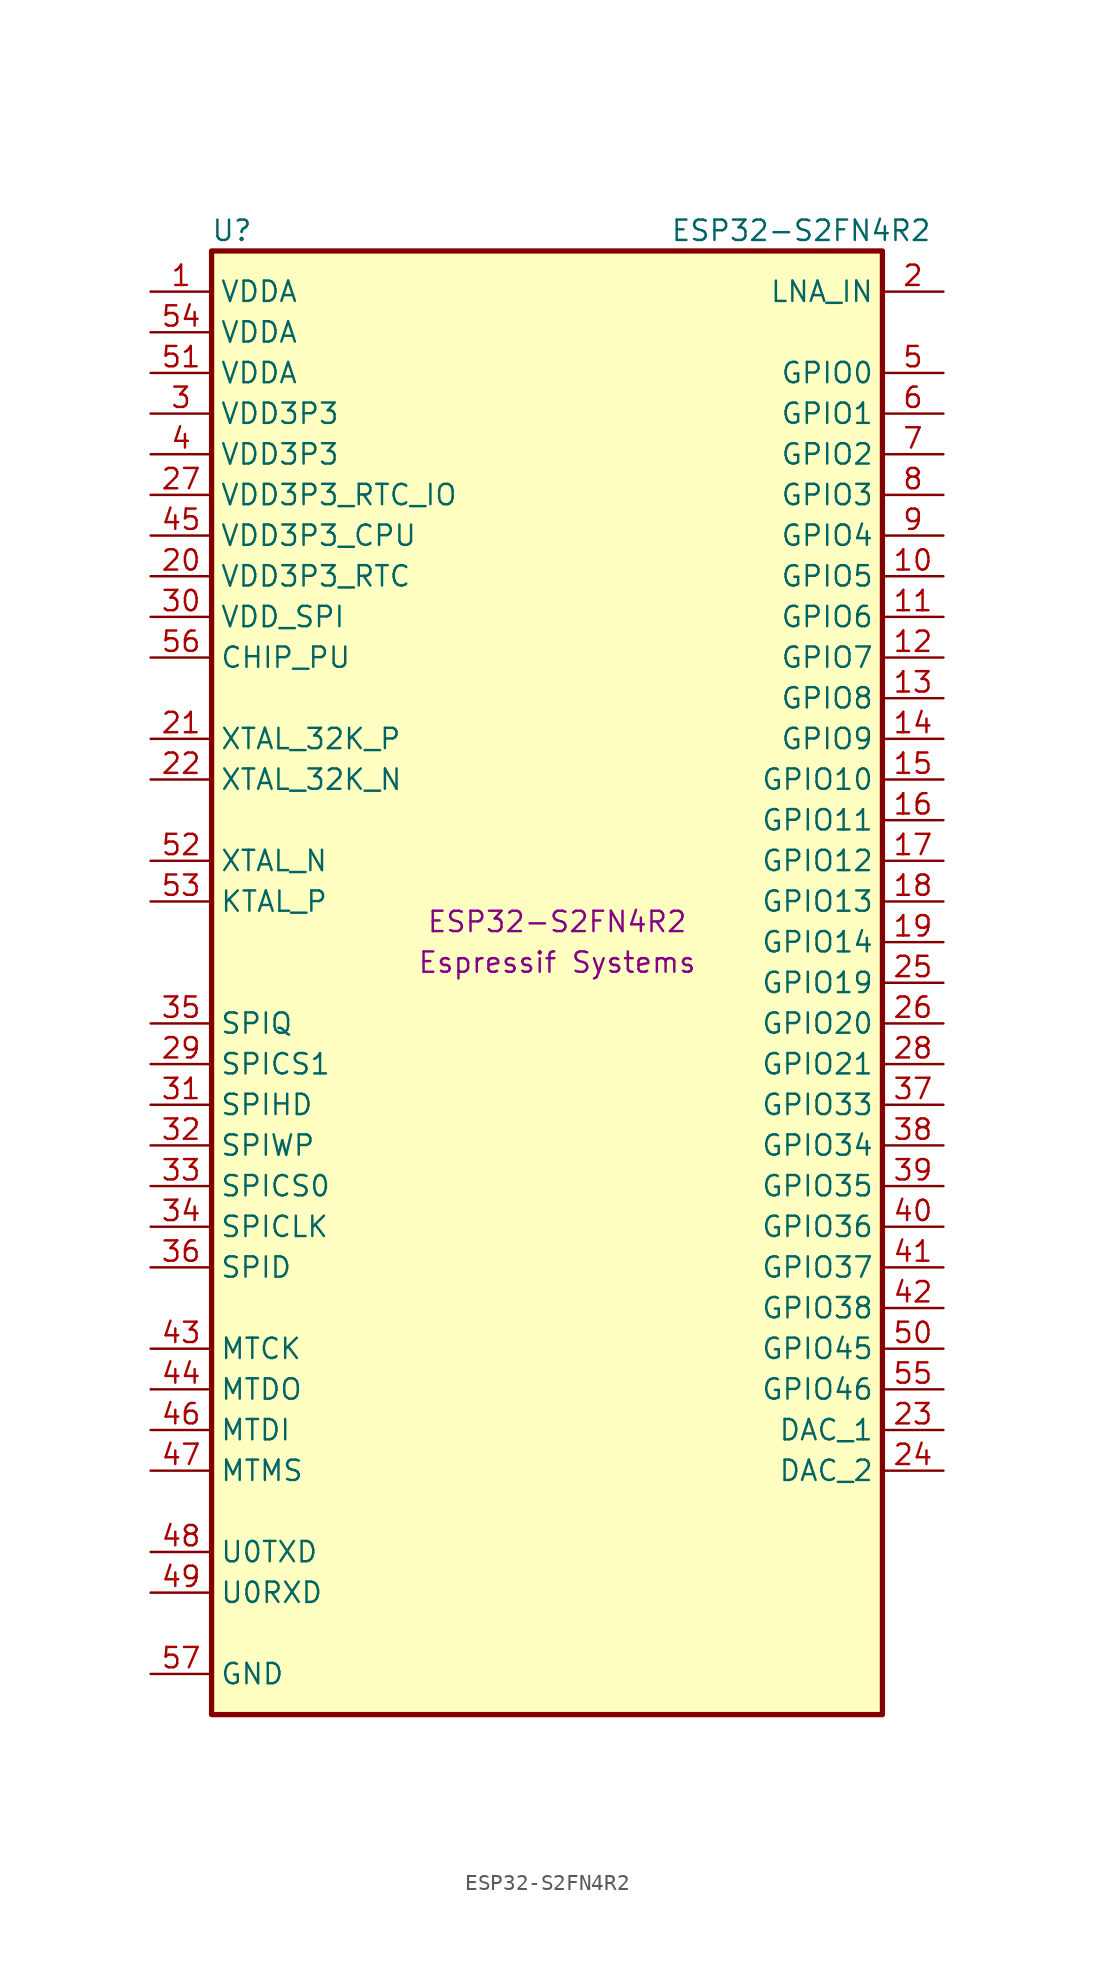
<source format=kicad_sym>
(kicad_symbol_lib
  (version 20211014)
  (generator kicad_symbol_editor)
  (symbol "ESP32-S2FN4R2"
    (property "Reference" "U"
      (at -20.32 45.72 0)
      (effects (font (size 1.27 1.27))))
    (property "Value" "ESP32-S2FN4R2"
      (at 15.24 45.72 0)
      (effects (font (size 1.27 1.27))))
    (property "MPN" "ESP32-S2FN4R2"
      (at 0 2.54 0)
      (effects (font (size 1.27 1.27))))
    (property "MF" "Espressif Systems"
      (at 0 0 0)
      (effects (font (size 1.27 1.27))))
    (symbol "ESP32-S2FN4R2_0_1"
      (rectangle (start -21.59 44.45) (end 20.32 -46.99) (stroke (width 0.33) (type default) (color 0 0 0 0)) (fill (type background))))
    (symbol "ESP32-S2FN4R2_1_1"
      (pin input line (at -25.4 41.91 0) (length 3.81) (name "VDDA" (effects (font (size 1.27 1.27)))) (number "1" (effects (font (size 1.27 1.27)))))
      (pin input line (at 24.13 24.13 180) (length 3.81) (name "GPIO5" (effects (font (size 1.27 1.27)))) (number "10" (effects (font (size 1.27 1.27)))))
      (pin input line (at 24.13 21.59 180) (length 3.81) (name "GPIO6" (effects (font (size 1.27 1.27)))) (number "11" (effects (font (size 1.27 1.27)))))
      (pin input line (at 24.13 19.05 180) (length 3.81) (name "GPIO7" (effects (font (size 1.27 1.27)))) (number "12" (effects (font (size 1.27 1.27)))))
      (pin input line (at 24.13 16.51 180) (length 3.81) (name "GPIO8" (effects (font (size 1.27 1.27)))) (number "13" (effects (font (size 1.27 1.27)))))
      (pin input line (at 24.13 13.97 180) (length 3.81) (name "GPIO9" (effects (font (size 1.27 1.27)))) (number "14" (effects (font (size 1.27 1.27)))))
      (pin input line (at 24.13 11.43 180) (length 3.81) (name "GPIO10" (effects (font (size 1.27 1.27)))) (number "15" (effects (font (size 1.27 1.27)))))
      (pin input line (at 24.13 8.89 180) (length 3.81) (name "GPIO11" (effects (font (size 1.27 1.27)))) (number "16" (effects (font (size 1.27 1.27)))))
      (pin input line (at 24.13 6.35 180) (length 3.81) (name "GPIO12" (effects (font (size 1.27 1.27)))) (number "17" (effects (font (size 1.27 1.27)))))
      (pin input line (at 24.13 3.81 180) (length 3.81) (name "GPIO13" (effects (font (size 1.27 1.27)))) (number "18" (effects (font (size 1.27 1.27)))))
      (pin input line (at 24.13 1.27 180) (length 3.81) (name "GPIO14" (effects (font (size 1.27 1.27)))) (number "19" (effects (font (size 1.27 1.27)))))
      (pin input line (at 24.13 41.91 180) (length 3.81) (name "LNA_IN" (effects (font (size 1.27 1.27)))) (number "2" (effects (font (size 1.27 1.27)))))
      (pin input line (at -25.4 24.13 0) (length 3.81) (name "VDD3P3_RTC" (effects (font (size 1.27 1.27)))) (number "20" (effects (font (size 1.27 1.27)))))
      (pin input line (at -25.4 13.97 0) (length 3.81) (name "XTAL_32K_P" (effects (font (size 1.27 1.27)))) (number "21" (effects (font (size 1.27 1.27)))))
      (pin input line (at -25.4 11.43 0) (length 3.81) (name "XTAL_32K_N" (effects (font (size 1.27 1.27)))) (number "22" (effects (font (size 1.27 1.27)))))
      (pin input line (at 24.13 -29.21 180) (length 3.81) (name "DAC_1" (effects (font (size 1.27 1.27)))) (number "23" (effects (font (size 1.27 1.27)))))
      (pin input line (at 24.13 -31.75 180) (length 3.81) (name "DAC_2" (effects (font (size 1.27 1.27)))) (number "24" (effects (font (size 1.27 1.27)))))
      (pin input line (at 24.13 -1.27 180) (length 3.81) (name "GPIO19" (effects (font (size 1.27 1.27)))) (number "25" (effects (font (size 1.27 1.27)))))
      (pin input line (at 24.13 -3.81 180) (length 3.81) (name "GPIO20" (effects (font (size 1.27 1.27)))) (number "26" (effects (font (size 1.27 1.27)))))
      (pin input line (at -25.4 29.21 0) (length 3.81) (name "VDD3P3_RTC_IO" (effects (font (size 1.27 1.27)))) (number "27" (effects (font (size 1.27 1.27)))))
      (pin input line (at 24.13 -6.35 180) (length 3.81) (name "GPIO21" (effects (font (size 1.27 1.27)))) (number "28" (effects (font (size 1.27 1.27)))))
      (pin input line (at -25.4 -6.35 0) (length 3.81) (name "SPICS1" (effects (font (size 1.27 1.27)))) (number "29" (effects (font (size 1.27 1.27)))))
      (pin input line (at -25.4 34.29 0) (length 3.81) (name "VDD3P3" (effects (font (size 1.27 1.27)))) (number "3" (effects (font (size 1.27 1.27)))))
      (pin input line (at -25.4 21.59 0) (length 3.81) (name "VDD_SPI" (effects (font (size 1.27 1.27)))) (number "30" (effects (font (size 1.27 1.27)))))
      (pin input line (at -25.4 -8.89 0) (length 3.81) (name "SPIHD" (effects (font (size 1.27 1.27)))) (number "31" (effects (font (size 1.27 1.27)))))
      (pin input line (at -25.4 -11.43 0) (length 3.81) (name "SPIWP" (effects (font (size 1.27 1.27)))) (number "32" (effects (font (size 1.27 1.27)))))
      (pin input line (at -25.4 -13.97 0) (length 3.81) (name "SPICS0" (effects (font (size 1.27 1.27)))) (number "33" (effects (font (size 1.27 1.27)))))
      (pin input line (at -25.4 -16.51 0) (length 3.81) (name "SPICLK" (effects (font (size 1.27 1.27)))) (number "34" (effects (font (size 1.27 1.27)))))
      (pin input line (at -25.4 -3.81 0) (length 3.81) (name "SPIQ" (effects (font (size 1.27 1.27)))) (number "35" (effects (font (size 1.27 1.27)))))
      (pin input line (at -25.4 -19.05 0) (length 3.81) (name "SPID" (effects (font (size 1.27 1.27)))) (number "36" (effects (font (size 1.27 1.27)))))
      (pin input line (at 24.13 -8.89 180) (length 3.81) (name "GPIO33" (effects (font (size 1.27 1.27)))) (number "37" (effects (font (size 1.27 1.27)))))
      (pin input line (at 24.13 -11.43 180) (length 3.81) (name "GPIO34" (effects (font (size 1.27 1.27)))) (number "38" (effects (font (size 1.27 1.27)))))
      (pin input line (at 24.13 -13.97 180) (length 3.81) (name "GPIO35" (effects (font (size 1.27 1.27)))) (number "39" (effects (font (size 1.27 1.27)))))
      (pin input line (at -25.4 31.75 0) (length 3.81) (name "VDD3P3" (effects (font (size 1.27 1.27)))) (number "4" (effects (font (size 1.27 1.27)))))
      (pin input line (at 24.13 -16.51 180) (length 3.81) (name "GPIO36" (effects (font (size 1.27 1.27)))) (number "40" (effects (font (size 1.27 1.27)))))
      (pin input line (at 24.13 -19.05 180) (length 3.81) (name "GPIO37" (effects (font (size 1.27 1.27)))) (number "41" (effects (font (size 1.27 1.27)))))
      (pin input line (at 24.13 -21.59 180) (length 3.81) (name "GPIO38" (effects (font (size 1.27 1.27)))) (number "42" (effects (font (size 1.27 1.27)))))
      (pin input line (at -25.4 -24.13 0) (length 3.81) (name "MTCK" (effects (font (size 1.27 1.27)))) (number "43" (effects (font (size 1.27 1.27)))))
      (pin input line (at -25.4 -26.67 0) (length 3.81) (name "MTDO" (effects (font (size 1.27 1.27)))) (number "44" (effects (font (size 1.27 1.27)))))
      (pin input line (at -25.4 26.67 0) (length 3.81) (name "VDD3P3_CPU" (effects (font (size 1.27 1.27)))) (number "45" (effects (font (size 1.27 1.27)))))
      (pin input line (at -25.4 -29.21 0) (length 3.81) (name "MTDI" (effects (font (size 1.27 1.27)))) (number "46" (effects (font (size 1.27 1.27)))))
      (pin input line (at -25.4 -31.75 0) (length 3.81) (name "MTMS" (effects (font (size 1.27 1.27)))) (number "47" (effects (font (size 1.27 1.27)))))
      (pin input line (at -25.4 -36.83 0) (length 3.81) (name "U0TXD" (effects (font (size 1.27 1.27)))) (number "48" (effects (font (size 1.27 1.27)))))
      (pin input line (at -25.4 -39.37 0) (length 3.81) (name "U0RXD" (effects (font (size 1.27 1.27)))) (number "49" (effects (font (size 1.27 1.27)))))
      (pin input line (at 24.13 36.83 180) (length 3.81) (name "GPIO0" (effects (font (size 1.27 1.27)))) (number "5" (effects (font (size 1.27 1.27)))))
      (pin input line (at 24.13 -24.13 180) (length 3.81) (name "GPIO45" (effects (font (size 1.27 1.27)))) (number "50" (effects (font (size 1.27 1.27)))))
      (pin input line (at -25.4 36.83 0) (length 3.81) (name "VDDA" (effects (font (size 1.27 1.27)))) (number "51" (effects (font (size 1.27 1.27)))))
      (pin input line (at -25.4 6.35 0) (length 3.81) (name "XTAL_N" (effects (font (size 1.27 1.27)))) (number "52" (effects (font (size 1.27 1.27)))))
      (pin input line (at -25.4 3.81 0) (length 3.81) (name "KTAL_P" (effects (font (size 1.27 1.27)))) (number "53" (effects (font (size 1.27 1.27)))))
      (pin input line (at -25.4 39.37 0) (length 3.81) (name "VDDA" (effects (font (size 1.27 1.27)))) (number "54" (effects (font (size 1.27 1.27)))))
      (pin input line (at 24.13 -26.67 180) (length 3.81) (name "GPIO46" (effects (font (size 1.27 1.27)))) (number "55" (effects (font (size 1.27 1.27)))))
      (pin input line (at -25.4 19.05 0) (length 3.81) (name "CHIP_PU" (effects (font (size 1.27 1.27)))) (number "56" (effects (font (size 1.27 1.27)))))
      (pin input line (at -25.4 -44.45 0) (length 3.81) (name "GND" (effects (font (size 1.27 1.27)))) (number "57" (effects (font (size 1.27 1.27)))))
      (pin input line (at 24.13 34.29 180) (length 3.81) (name "GPIO1" (effects (font (size 1.27 1.27)))) (number "6" (effects (font (size 1.27 1.27)))))
      (pin input line (at 24.13 31.75 180) (length 3.81) (name "GPIO2" (effects (font (size 1.27 1.27)))) (number "7" (effects (font (size 1.27 1.27)))))
      (pin input line (at 24.13 29.21 180) (length 3.81) (name "GPIO3" (effects (font (size 1.27 1.27)))) (number "8" (effects (font (size 1.27 1.27)))))
      (pin input line (at 24.13 26.67 180) (length 3.81) (name "GPIO4" (effects (font (size 1.27 1.27)))) (number "9" (effects (font (size 1.27 1.27))))))))
</source>
